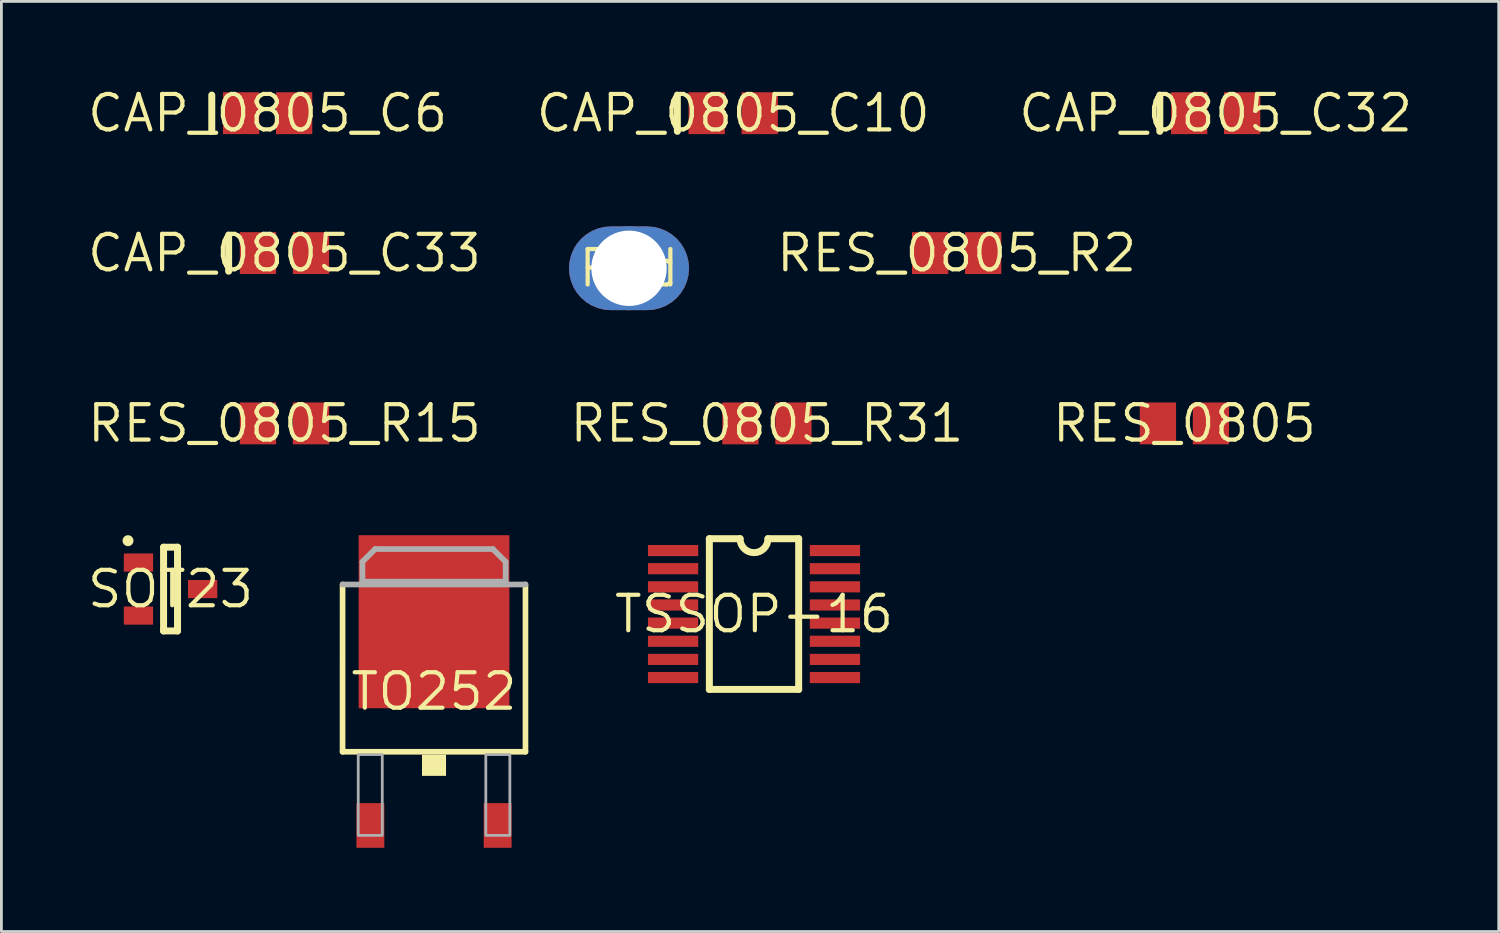
<source format=kicad_pcb>
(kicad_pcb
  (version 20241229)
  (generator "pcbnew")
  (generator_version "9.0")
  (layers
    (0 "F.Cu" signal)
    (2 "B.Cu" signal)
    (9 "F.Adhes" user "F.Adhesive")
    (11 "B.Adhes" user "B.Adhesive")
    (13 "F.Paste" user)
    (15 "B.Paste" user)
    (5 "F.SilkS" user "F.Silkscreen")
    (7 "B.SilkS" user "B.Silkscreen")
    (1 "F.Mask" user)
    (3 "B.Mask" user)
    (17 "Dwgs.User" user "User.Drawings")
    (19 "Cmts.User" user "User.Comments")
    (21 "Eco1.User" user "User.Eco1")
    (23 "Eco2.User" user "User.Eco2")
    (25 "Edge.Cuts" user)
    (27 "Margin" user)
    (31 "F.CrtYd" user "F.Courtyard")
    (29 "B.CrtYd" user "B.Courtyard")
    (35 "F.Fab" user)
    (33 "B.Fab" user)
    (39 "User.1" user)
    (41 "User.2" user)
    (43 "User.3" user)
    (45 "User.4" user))
  (footprint "RES_0805_R31"
    (layer "F.Cu")
    (at 24.43 12.121)
    (property "Reference" "RES_0805_R31" (at 0 0 0) (layer "F.SilkS") (effects (font (size 1.27 1.27) (thickness 0.15))))
    (pad "1" smd rect (at -0.95 0 90) (size 1.5 1.3) (layers "F.Cu" "F.Mask" "F.Paste"))
    (pad "2" smd rect (at 0.95 0 90) (size 1.5 1.3) (layers "F.Cu" "F.Mask" "F.Paste")))
  (footprint "CAP_0805_C6"
    (layer "F.Cu")
    (at 6.539 1.006)
    (property "Reference" "CAP_0805_C6" (at 0 0 0) (layer "F.SilkS") (effects (font (size 1.27 1.27) (thickness 0.15))))
    (fp_line (start -2.001 0.65) (end -2.001 -0.65) (stroke (width 0.25) (type solid)) (layer "F.SilkS"))
    (pad "1" smd rect (at -0.95 0 90) (size 1.5 1.3) (layers "F.Cu" "F.Mask" "F.Paste"))
    (pad "2" smd rect (at 0.95 0 90) (size 1.5 1.3) (layers "F.Cu" "F.Mask" "F.Paste")))
  (footprint "CAP_0805_C10"
    (layer "F.Cu")
    (at 23.221 1.006)
    (property "Reference" "CAP_0805_C10" (at 0 0 0) (layer "F.SilkS") (effects (font (size 1.27 1.27) (thickness 0.15))))
    (fp_line (start -2.001 0.65) (end -2.001 -0.65) (stroke (width 0.25) (type solid)) (layer "F.SilkS"))
    (pad "1" smd rect (at -0.95 0 90) (size 1.5 1.3) (layers "F.Cu" "F.Mask" "F.Paste"))
    (pad "2" smd rect (at 0.95 0 90) (size 1.5 1.3) (layers "F.Cu" "F.Mask" "F.Paste")))
  (footprint "TO252"
    (layer "F.Cu")
    (at 12.501 21.727)
    (property "Reference" "TO252" (at 0 0 0) (layer "F.SilkS") (effects (font (size 1.27 1.27) (thickness 0.15))))
    (fp_poly (pts (xy -2.78 4) (xy -1.78 4) (xy -1.78 5.6) (xy -2.78 5.6)) (stroke (width 0) (type default)) (fill yes) (layer "F.Mask"))
    (fp_poly (pts (xy -2.7 -5.6) (xy 2.7 -5.6) (xy 2.7 0.6) (xy -2.7 0.6)) (stroke (width 0) (type default)) (fill yes) (layer "F.Mask"))
    (fp_poly (pts (xy 1.78 4) (xy 2.78 4) (xy 2.78 5.6) (xy 1.78 5.6)) (stroke (width 0) (type default)) (fill yes) (layer "F.Mask"))
    (fp_line (start -3.277 2.159) (end -3.276 -3.835) (stroke (width 0.203) (type solid)) (layer "F.SilkS"))
    (fp_line (start 3.277 -3.835) (end 3.277 2.159) (stroke (width 0.203) (type solid)) (layer "F.SilkS"))
    (fp_line (start 3.277 2.159) (end -3.277 2.159) (stroke (width 0.203) (type solid)) (layer "F.SilkS"))
    (fp_poly (pts (xy 0.431 2.26) (xy -0.431 2.26) (xy -0.431 3.023) (xy 0.431 3.023)) (stroke (width 0) (type default)) (fill yes) (layer "F.SilkS"))
    (fp_poly (pts (xy -2.78 4) (xy -1.78 4) (xy -1.78 5.6) (xy -2.78 5.6)) (stroke (width 0) (type default)) (fill yes) (layer "F.Paste"))
    (fp_poly (pts (xy -2.7 -5.6) (xy 2.7 -5.6) (xy 2.7 0.6) (xy -2.7 0.6)) (stroke (width 0) (type default)) (fill yes) (layer "F.Paste"))
    (fp_poly (pts (xy 1.78 4) (xy 2.78 4) (xy 2.78 5.6) (xy 1.78 5.6)) (stroke (width 0) (type default)) (fill yes) (layer "F.Paste"))
    (fp_line (start -3.277 -3.835) (end 3.277 -3.835) (stroke (width 0.203) (type solid)) (layer "F.Fab"))
    (fp_line (start -2.565 -4.648) (end -2.108 -5.105) (stroke (width 0.203) (type solid)) (layer "F.Fab"))
    (fp_line (start -2.565 -3.937) (end -2.565 -4.648) (stroke (width 0.203) (type solid)) (layer "F.Fab"))
    (fp_line (start -2.108 -5.105) (end 2.108 -5.105) (stroke (width 0.203) (type solid)) (layer "F.Fab"))
    (fp_line (start 2.108 -5.105) (end 2.566 -4.648) (stroke (width 0.203) (type solid)) (layer "F.Fab"))
    (fp_line (start 2.566 -4.648) (end 2.566 -3.937) (stroke (width 0.203) (type solid)) (layer "F.Fab"))
    (fp_line (start 2.566 -3.937) (end -2.565 -3.937) (stroke (width 0.203) (type solid)) (layer "F.Fab"))
    (fp_poly (pts (xy -1.854 2.26) (xy -2.715 2.26) (xy -2.715 5.156) (xy -1.854 5.156)) (stroke (width 0.1) (type default)) (fill no) (layer "F.Fab"))
    (fp_poly (pts (xy 2.718 2.26) (xy 1.856 2.26) (xy 1.856 5.156) (xy 2.718 5.156)) (stroke (width 0.1) (type default)) (fill no) (layer "F.Fab"))
    (pad "1" smd rect (at -2.28 4.8) (size 1 1.6) (layers "F.Cu"))
    (pad "2" smd rect (at 2.28 4.8) (size 1 1.6) (layers "F.Cu"))
    (pad "3" smd rect (at 0 -2.5) (size 5.4 6.2) (layers "F.Cu")))
  (footprint "RES_0805_R2"
    (layer "F.Cu")
    (at 31.228 6.019)
    (property "Reference" "RES_0805_R2" (at 0 0 0) (layer "F.SilkS") (effects (font (size 1.27 1.27) (thickness 0.15))))
    (pad "1" smd rect (at -0.95 0 90) (size 1.5 1.3) (layers "F.Cu" "F.Mask" "F.Paste"))
    (pad "2" smd rect (at 0.95 0 90) (size 1.5 1.3) (layers "F.Cu" "F.Mask" "F.Paste")))
  (footprint "CAP_0805_C33"
    (layer "F.Cu")
    (at 7.143 6.019)
    (property "Reference" "CAP_0805_C33" (at 0 0 0) (layer "F.SilkS") (effects (font (size 1.27 1.27) (thickness 0.15))))
    (fp_line (start -2.001 0.65) (end -2.001 -0.65) (stroke (width 0.25) (type solid)) (layer "F.SilkS"))
    (pad "1" smd rect (at -0.95 0 90) (size 1.5 1.3) (layers "F.Cu" "F.Mask" "F.Paste"))
    (pad "2" smd rect (at 0.95 0 90) (size 1.5 1.3) (layers "F.Cu" "F.Mask" "F.Paste")))
  (footprint "RES_0805"
    (layer "F.Cu")
    (at 39.389 12.121)
    (property "Reference" "RES_0805" (at 0 0 0) (layer "F.SilkS") (effects (font (size 1.27 1.27) (thickness 0.15))))
    (pad "1" smd rect (at -0.95 0 90) (size 1.5 1.3) (layers "F.Cu" "F.Mask" "F.Paste"))
    (pad "2" smd rect (at 0.95 0 90) (size 1.5 1.3) (layers "F.Cu" "F.Mask" "F.Paste")))
  (footprint "TSSOP-16"
    (layer "F.Cu")
    (at 23.967 18.952)
    (property "Reference" "TSSOP-16" (at 0 0 0) (layer "F.SilkS") (effects (font (size 1.27 1.27) (thickness 0.15))))
    (fp_line (start -1.6 -2.7) (end -1.6 2.7) (stroke (width 0.25) (type solid)) (layer "F.SilkS"))
    (fp_line (start -1.6 -2.7) (end -0.5 -2.7) (stroke (width 0.25) (type solid)) (layer "F.SilkS"))
    (fp_line (start -1.6 2.7) (end 1.6 2.7) (stroke (width 0.25) (type solid)) (layer "F.SilkS"))
    (fp_line (start 0.5 -2.7) (end 1.6 -2.7) (stroke (width 0.25) (type solid)) (layer "F.SilkS"))
    (fp_line (start 1.6 -2.7) (end 1.6 2.7) (stroke (width 0.25) (type solid)) (layer "F.SilkS"))
    (fp_arc (start 0.5 -2.699999) (mid 0 -2.20059) (end -0.5 -2.7) (stroke (width 0.25) (type solid)) (layer "F.SilkS"))
    (pad "1" smd rect (at -2.9 -2.275 90) (size 0.4 1.8) (layers "F.Cu" "F.Mask" "F.Paste"))
    (pad "2" smd rect (at -2.9 -1.625 90) (size 0.4 1.8) (layers "F.Cu" "F.Mask" "F.Paste"))
    (pad "3" smd rect (at -2.9 -0.975 90) (size 0.4 1.8) (layers "F.Cu" "F.Mask" "F.Paste"))
    (pad "4" smd rect (at -2.9 -0.325 90) (size 0.4 1.8) (layers "F.Cu" "F.Mask" "F.Paste"))
    (pad "5" smd rect (at -2.9 0.325 90) (size 0.4 1.8) (layers "F.Cu" "F.Mask" "F.Paste"))
    (pad "6" smd rect (at -2.9 0.975 90) (size 0.4 1.8) (layers "F.Cu" "F.Mask" "F.Paste"))
    (pad "7" smd rect (at -2.9 1.625 90) (size 0.4 1.8) (layers "F.Cu" "F.Mask" "F.Paste"))
    (pad "8" smd rect (at -2.9 2.275 90) (size 0.4 1.8) (layers "F.Cu" "F.Mask" "F.Paste"))
    (pad "9" smd rect (at 2.9 2.275 90) (size 0.4 1.8) (layers "F.Cu" "F.Mask" "F.Paste"))
    (pad "10" smd rect (at 2.9 1.625 90) (size 0.4 1.8) (layers "F.Cu" "F.Mask" "F.Paste"))
    (pad "11" smd rect (at 2.9 0.975 90) (size 0.4 1.8) (layers "F.Cu" "F.Mask" "F.Paste"))
    (pad "12" smd rect (at 2.9 0.325 90) (size 0.4 1.8) (layers "F.Cu" "F.Mask" "F.Paste"))
    (pad "13" smd rect (at 2.9 -0.325 90) (size 0.4 1.8) (layers "F.Cu" "F.Mask" "F.Paste"))
    (pad "14" smd rect (at 2.9 -0.975 90) (size 0.4 1.8) (layers "F.Cu" "F.Mask" "F.Paste"))
    (pad "15" smd rect (at 2.9 -1.625 90) (size 0.4 1.8) (layers "F.Cu" "F.Mask" "F.Paste"))
    (pad "16" smd rect (at 2.9 -2.275 90) (size 0.4 1.8) (layers "F.Cu" "F.Mask" "F.Paste")))
  (footprint "SOT23"
    (layer "F.Cu")
    (at 3.061 18.057)
    (property "Reference" "SOT23" (at 0 0 0) (layer "F.SilkS") (effects (font (size 1.27 1.27) (thickness 0.15))))
    (fp_line (start -0.25 -1.5) (end -0.25 1.5) (stroke (width 0.25) (type solid)) (layer "F.SilkS"))
    (fp_line (start -0.25 1.5) (end 0.25 1.5) (stroke (width 0.25) (type solid)) (layer "F.SilkS"))
    (fp_line (start 0.25 -1.5) (end -0.25 -1.5) (stroke (width 0.25) (type solid)) (layer "F.SilkS"))
    (fp_line (start 0.25 1.5) (end 0.25 -1.5) (stroke (width 0.25) (type solid)) (layer "F.SilkS"))
    (fp_circle (center -1.524 -1.734) (end -1.426 -1.734) (stroke (width 0.196) (type solid)) (fill yes) (layer "F.SilkS"))
    (pad "1" smd rect (at -1.15 -0.95 90) (size 0.65 1.05) (layers "F.Cu" "F.Mask" "F.Paste"))
    (pad "2" smd rect (at -1.15 0.95 90) (size 0.65 1.05) (layers "F.Cu" "F.Mask" "F.Paste"))
    (pad "3" smd rect (at 1.15 0 90) (size 0.65 1.05) (layers "F.Cu" "F.Mask" "F.Paste")))
  (footprint "Pad"
    (layer "F.Cu")
    (at 19.488 6.563)
    (property "Reference" "Pad" (at 0 0 0) (layer "F.SilkS") (effects (font (size 1.27 1.27) (thickness 0.15))))
    (fp_poly (pts (xy 0.884 -1.482) (xy 1.113 -1.427) (xy 1.331 -1.337) (xy 1.532 -1.214) (xy 1.711 -1.061) (xy 1.864 -0.882) (xy 1.987 -0.681) (xy 2.077 -0.463) (xy 2.132 -0.234) (xy 2.15 0) (xy 2.132 0.234) (xy 2.077 0.463) (xy 1.987 0.681) (xy 1.864 0.882) (xy 1.711 1.061) (xy 1.532 1.214) (xy 1.331 1.337) (xy 1.113 1.427) (xy 0.884 1.482) (xy 0.65 1.5) (xy -0.65 1.5) (xy -0.884 1.482) (xy -1.113 1.427) (xy -1.331 1.337) (xy -1.532 1.214) (xy -1.711 1.061) (xy -1.864 0.882) (xy -1.987 0.681) (xy -2.077 0.463) (xy -2.132 0.234) (xy -2.15 0) (xy -2.132 -0.234) (xy -2.077 -0.463) (xy -1.987 -0.681) (xy -1.864 -0.882) (xy -1.711 -1.061) (xy -1.532 -1.214) (xy -1.331 -1.337) (xy -1.113 -1.427) (xy -0.884 -1.482) (xy -0.65 -1.5) (xy 0.65 -1.5)) (stroke (width 0) (type default)) (fill yes) (layer "F.Cu"))
    (fp_poly (pts (xy 0.892 -1.532) (xy 1.129 -1.475) (xy 1.354 -1.382) (xy 1.562 -1.255) (xy 1.747 -1.097) (xy 1.905 -0.912) (xy 2.032 -0.704) (xy 2.125 -0.479) (xy 2.182 -0.242) (xy 2.201 0) (xy 2.182 0.242) (xy 2.125 0.479) (xy 2.032 0.704) (xy 1.905 0.912) (xy 1.747 1.097) (xy 1.562 1.255) (xy 1.354 1.382) (xy 1.129 1.475) (xy 0.892 1.532) (xy 0.65 1.551) (xy -0.65 1.551) (xy -0.892 1.532) (xy -1.129 1.475) (xy -1.354 1.382) (xy -1.562 1.255) (xy -1.747 1.097) (xy -1.905 0.912) (xy -2.032 0.704) (xy -2.125 0.479) (xy -2.182 0.242) (xy -2.201 0) (xy -2.182 -0.242) (xy -2.125 -0.479) (xy -2.032 -0.704) (xy -1.905 -0.912) (xy -1.747 -1.097) (xy -1.562 -1.255) (xy -1.354 -1.382) (xy -1.129 -1.475) (xy -0.892 -1.532) (xy -0.65 -1.551) (xy 0.65 -1.551)) (stroke (width 0) (type default)) (fill yes) (layer "F.Mask"))
    (fp_poly (pts (xy 0.884 -1.482) (xy 1.113 -1.427) (xy 1.331 -1.337) (xy 1.532 -1.214) (xy 1.711 -1.061) (xy 1.864 -0.882) (xy 1.987 -0.681) (xy 2.077 -0.463) (xy 2.132 -0.234) (xy 2.15 0) (xy 2.132 0.234) (xy 2.077 0.463) (xy 1.987 0.681) (xy 1.864 0.882) (xy 1.711 1.061) (xy 1.532 1.214) (xy 1.331 1.337) (xy 1.113 1.427) (xy 0.884 1.482) (xy 0.65 1.5) (xy -0.65 1.5) (xy -0.884 1.482) (xy -1.113 1.427) (xy -1.331 1.337) (xy -1.532 1.214) (xy -1.711 1.061) (xy -1.864 0.882) (xy -1.987 0.681) (xy -2.077 0.463) (xy -2.132 0.234) (xy -2.15 0) (xy -2.132 -0.234) (xy -2.077 -0.463) (xy -1.987 -0.681) (xy -1.864 -0.882) (xy -1.711 -1.061) (xy -1.532 -1.214) (xy -1.331 -1.337) (xy -1.113 -1.427) (xy -0.884 -1.482) (xy -0.65 -1.5) (xy 0.65 -1.5)) (stroke (width 0) (type default)) (fill yes) (layer "B.Cu"))
    (fp_poly (pts (xy 0.892 -1.532) (xy 1.129 -1.475) (xy 1.354 -1.382) (xy 1.562 -1.255) (xy 1.747 -1.097) (xy 1.905 -0.912) (xy 2.032 -0.704) (xy 2.125 -0.479) (xy 2.182 -0.242) (xy 2.201 0) (xy 2.182 0.242) (xy 2.125 0.479) (xy 2.032 0.704) (xy 1.905 0.912) (xy 1.747 1.097) (xy 1.562 1.255) (xy 1.354 1.382) (xy 1.129 1.475) (xy 0.892 1.532) (xy 0.65 1.551) (xy -0.65 1.551) (xy -0.892 1.532) (xy -1.129 1.475) (xy -1.354 1.382) (xy -1.562 1.255) (xy -1.747 1.097) (xy -1.905 0.912) (xy -2.032 0.704) (xy -2.125 0.479) (xy -2.182 0.242) (xy -2.201 0) (xy -2.182 -0.242) (xy -2.125 -0.479) (xy -2.032 -0.704) (xy -1.905 -0.912) (xy -1.747 -1.097) (xy -1.562 -1.255) (xy -1.354 -1.382) (xy -1.129 -1.475) (xy -0.892 -1.532) (xy -0.65 -1.551) (xy 0.65 -1.551)) (stroke (width 0) (type default)) (fill yes) (layer "B.Mask"))
    (pad "1" thru_hole circle (at 0 0) (size 3 3) (drill 2.7) (layers "*.Cu")))
  (footprint "CAP_0805_C32"
    (layer "F.Cu")
    (at 40.508 1.006)
    (property "Reference" "CAP_0805_C32" (at 0 0 0) (layer "F.SilkS") (effects (font (size 1.27 1.27) (thickness 0.15))))
    (fp_line (start -2.001 0.65) (end -2.001 -0.65) (stroke (width 0.25) (type solid)) (layer "F.SilkS"))
    (pad "1" smd rect (at -0.95 0 90) (size 1.5 1.3) (layers "F.Cu" "F.Mask" "F.Paste"))
    (pad "2" smd rect (at 0.95 0 90) (size 1.5 1.3) (layers "F.Cu" "F.Mask" "F.Paste")))
  (footprint "RES_0805_R15"
    (layer "F.Cu")
    (at 7.143 12.121)
    (property "Reference" "RES_0805_R15" (at 0 0 0) (layer "F.SilkS") (effects (font (size 1.27 1.27) (thickness 0.15))))
    (pad "1" smd rect (at -0.95 0 90) (size 1.5 1.3) (layers "F.Cu" "F.Mask" "F.Paste"))
    (pad "2" smd rect (at 0.95 0 90) (size 1.5 1.3) (layers "F.Cu" "F.Mask" "F.Paste")))
  (gr_rect
    (start -3 -3)
    (end 50.651 30.327)
    (stroke (width 0.1) (type default))
    (fill no)
    (layer "Edge.Cuts")))
</source>
